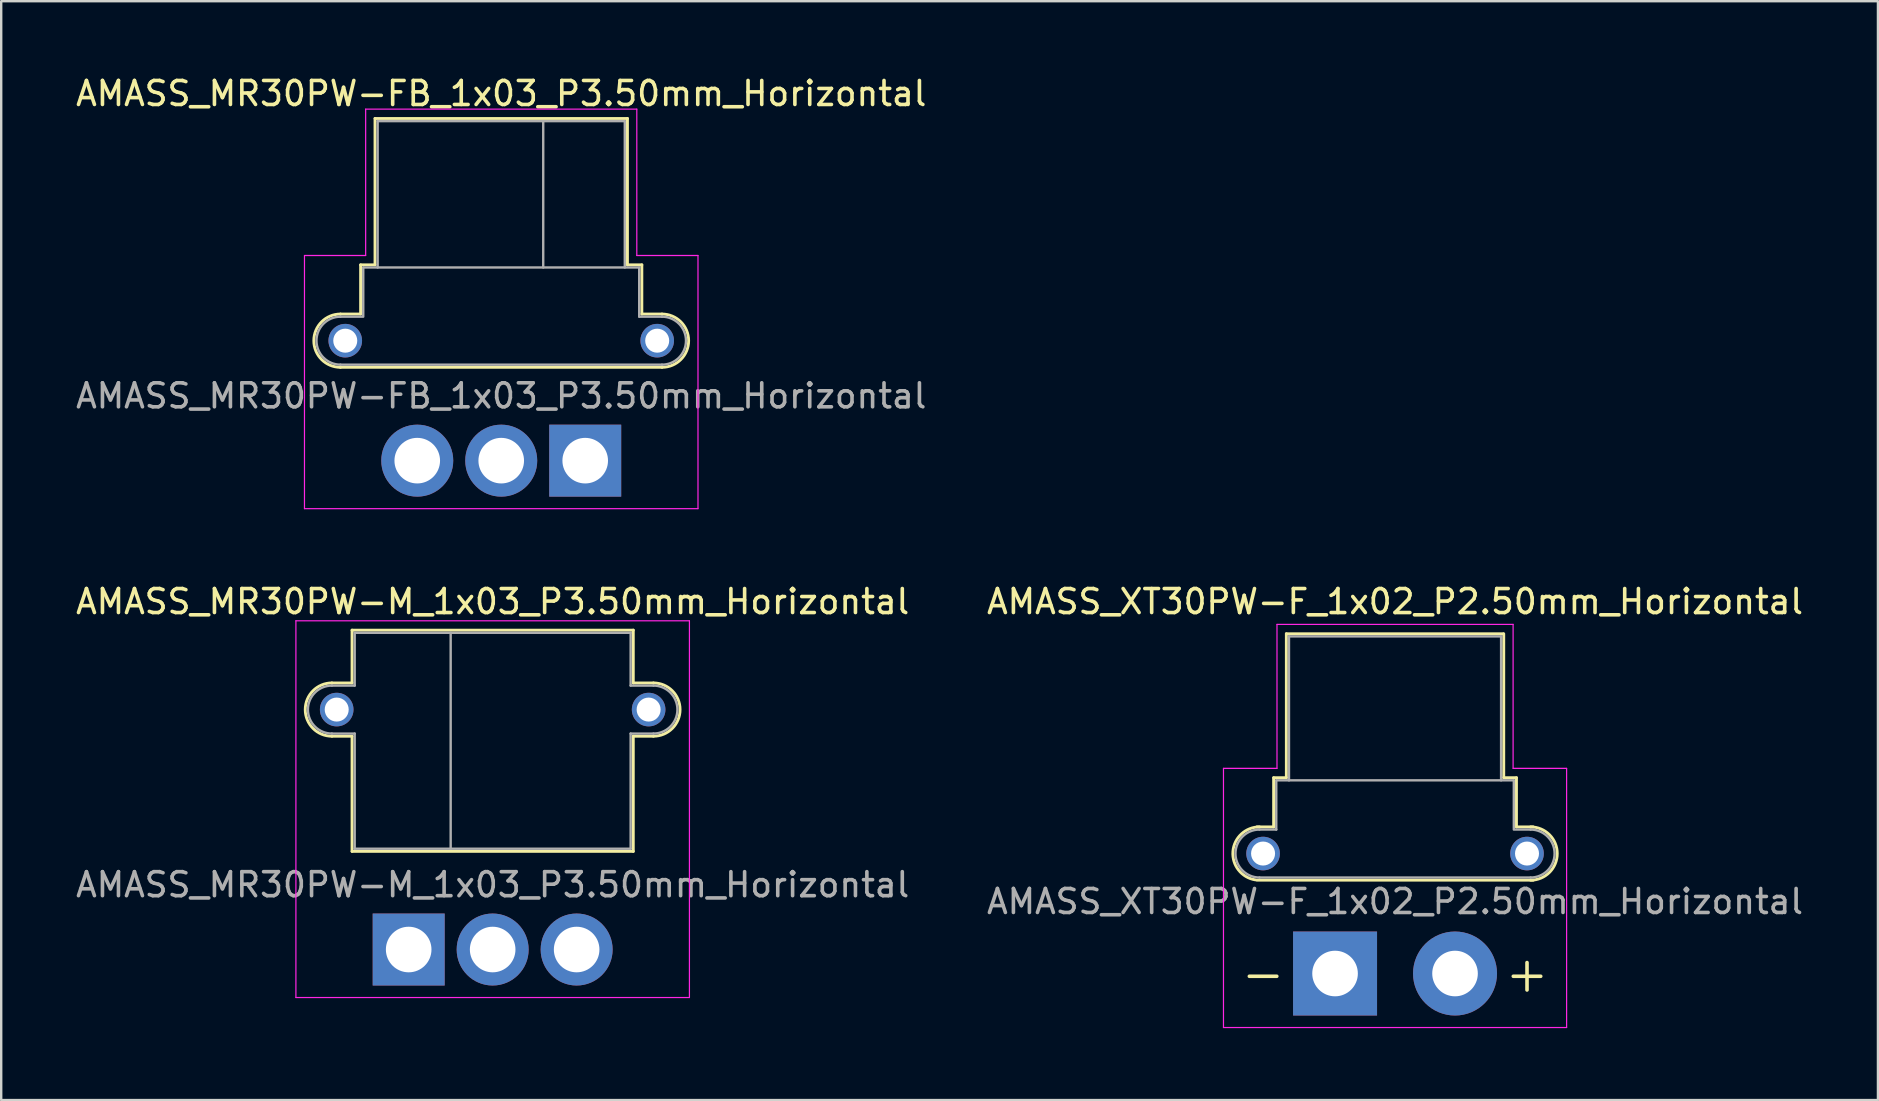
<source format=kicad_pcb>
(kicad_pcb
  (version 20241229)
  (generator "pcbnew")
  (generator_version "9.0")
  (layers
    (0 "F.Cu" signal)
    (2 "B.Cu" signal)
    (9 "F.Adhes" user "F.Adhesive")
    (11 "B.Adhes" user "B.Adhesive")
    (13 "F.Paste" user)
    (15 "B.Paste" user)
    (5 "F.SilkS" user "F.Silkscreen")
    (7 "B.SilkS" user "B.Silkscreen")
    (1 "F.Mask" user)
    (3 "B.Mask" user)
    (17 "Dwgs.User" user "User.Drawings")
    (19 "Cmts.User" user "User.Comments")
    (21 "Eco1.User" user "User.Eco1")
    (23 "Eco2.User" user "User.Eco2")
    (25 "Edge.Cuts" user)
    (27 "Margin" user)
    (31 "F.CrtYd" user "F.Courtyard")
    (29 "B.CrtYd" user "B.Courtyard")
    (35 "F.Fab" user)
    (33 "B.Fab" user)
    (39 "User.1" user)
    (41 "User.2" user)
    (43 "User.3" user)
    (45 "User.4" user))
  (footprint "AMASS_XT30PW-F_1x02_P2.50mm_Horizontal"
    (layer "F.Cu")
    (at 52.589 37.522)
    (property "Reference" "AMASS_XT30PW-F_1x02_P2.50mm_Horizontal" (at 2.5 -15.5 0) (layer "F.SilkS") (effects (font (size 1 1) (thickness 0.15))))
    (attr through_hole)
    (fp_line (start -3.26 -6.11) (end -2.56 -6.11) (stroke (width 0.12) (type solid)) (layer "F.SilkS"))
    (fp_line (start -3.26 -3.89) (end 8.26 -3.89) (stroke (width 0.12) (type solid)) (layer "F.SilkS"))
    (fp_line (start -2.56 -8.16) (end -2.56 -6.11) (stroke (width 0.12) (type solid)) (layer "F.SilkS"))
    (fp_line (start -2.56 -8.16) (end -2.03 -8.16) (stroke (width 0.12) (type solid)) (layer "F.SilkS"))
    (fp_line (start -2.03 -14.16) (end -2.03 -8.16) (stroke (width 0.12) (type solid)) (layer "F.SilkS"))
    (fp_line (start -2.03 -14.16) (end 7 -14.16) (stroke (width 0.12) (type solid)) (layer "F.SilkS"))
    (fp_line (start 7.03 -14.16) (end 7.03 -8.16) (stroke (width 0.12) (type solid)) (layer "F.SilkS"))
    (fp_line (start 7.03 -8.16) (end 7.56 -8.16) (stroke (width 0.12) (type solid)) (layer "F.SilkS"))
    (fp_line (start 7.56 -8.16) (end 7.56 -6.11) (stroke (width 0.12) (type solid)) (layer "F.SilkS"))
    (fp_line (start 7.56 -6.11) (end 8.26 -6.11) (stroke (width 0.12) (type solid)) (layer "F.SilkS"))
    (fp_arc (start -3.321729 -3.903365) (mid -4.256653 -5.086124) (end -3.15 -6.11) (stroke (width 0.12) (type solid)) (layer "F.SilkS"))
    (fp_arc (start 8.15 -6.11) (mid 9.26 -5) (end 8.15 -3.89) (stroke (width 0.12) (type solid)) (layer "F.SilkS"))
    (fp_line (start -4.65 -8.55) (end -4.65 2.25) (stroke (width 0.05) (type solid)) (layer "F.CrtYd"))
    (fp_line (start -4.65 -8.55) (end -2.42 -8.55) (stroke (width 0.05) (type solid)) (layer "F.CrtYd"))
    (fp_line (start -4.65 2.25) (end 9.65 2.25) (stroke (width 0.05) (type solid)) (layer "F.CrtYd"))
    (fp_line (start -2.42 -14.55) (end -2.42 -8.55) (stroke (width 0.05) (type solid)) (layer "F.CrtYd"))
    (fp_line (start -2.42 -14.55) (end 7.42 -14.55) (stroke (width 0.05) (type solid)) (layer "F.CrtYd"))
    (fp_line (start 7.42 -14.55) (end 7.42 -8.55) (stroke (width 0.05) (type solid)) (layer "F.CrtYd"))
    (fp_line (start 7.42 -8.55) (end 9.65 -8.55) (stroke (width 0.05) (type solid)) (layer "F.CrtYd"))
    (fp_line (start 9.65 -8.55) (end 9.65 2.25) (stroke (width 0.05) (type solid)) (layer "F.CrtYd"))
    (fp_line (start -3.15 -6) (end -2.45 -6) (stroke (width 0.1) (type solid)) (layer "F.Fab"))
    (fp_line (start -3.15 -4) (end 8.15 -4) (stroke (width 0.1) (type solid)) (layer "F.Fab"))
    (fp_line (start -2.45 -8.05) (end -2.45 -6) (stroke (width 0.1) (type solid)) (layer "F.Fab"))
    (fp_line (start -2.45 -8.05) (end 7.45 -8.05) (stroke (width 0.1) (type solid)) (layer "F.Fab"))
    (fp_line (start -1.92 -14.05) (end -1.92 -8.05) (stroke (width 0.1) (type solid)) (layer "F.Fab"))
    (fp_line (start -1.92 -14.05) (end 6.92 -14.05) (stroke (width 0.1) (type solid)) (layer "F.Fab"))
    (fp_line (start 6.92 -14.05) (end 6.92 -8.05) (stroke (width 0.1) (type solid)) (layer "F.Fab"))
    (fp_line (start 7.45 -8.05) (end 7.45 -6.05) (stroke (width 0.1) (type solid)) (layer "F.Fab"))
    (fp_line (start 7.45 -6) (end 8.15 -6) (stroke (width 0.1) (type solid)) (layer "F.Fab"))
    (fp_arc (start -3.15 -4) (mid -4.15 -5) (end -3.15 -6) (stroke (width 0.1) (type solid)) (layer "F.Fab"))
    (fp_arc (start 8.15 -6) (mid 9.15 -5) (end 8.15 -4) (stroke (width 0.1) (type solid)) (layer "F.Fab"))
    (fp_text user "-" (at -3 0 0) (layer "F.SilkS") (effects (font (size 1.5 1.5) (thickness 0.15))))
    (fp_text user "+" (at 8 0 0) (layer "F.SilkS") (effects (font (size 1.5 1.5) (thickness 0.15))))
    (fp_text user "${REFERENCE}" (at 2.5 -3 0) (layer "F.Fab") (effects (font (size 1 1) (thickness 0.15))))
    (pad "" thru_hole circle (at -3 -5 90) (size 1.4 1.4) (drill 1) (layers "*.Cu" "*.Mask"))
    (pad "" thru_hole circle (at 8 -5) (size 1.4 1.4) (drill 1) (layers "*.Cu" "*.Mask"))
    (pad "1" thru_hole rect (at 0 0) (size 3.5 3.5) (drill 1.9) (layers "*.Cu" "*.Mask"))
    (pad "2" thru_hole circle (at 5 0) (size 3.5 3.5) (drill 1.9) (layers "*.Cu" "*.Mask")))
  (footprint "AMASS_MR30PW-FB_1x03_P3.50mm_Horizontal"
    (layer "F.Cu")
    (at 21.339 16.148)
    (property "Reference" "AMASS_MR30PW-FB_1x03_P3.50mm_Horizontal" (at -3.5 -15.3 0) (layer "F.SilkS") (effects (font (size 1 1) (thickness 0.15))))
    (attr through_hole)
    (fp_line (start -10.2 -6.11) (end -9.36 -6.11) (stroke (width 0.12) (type solid)) (layer "F.SilkS"))
    (fp_line (start -10.2 -3.89) (end 3.2 -3.89) (stroke (width 0.12) (type solid)) (layer "F.SilkS"))
    (fp_line (start -9.36 -8.16) (end -9.36 -6.11) (stroke (width 0.12) (type solid)) (layer "F.SilkS"))
    (fp_line (start -9.36 -8.16) (end -8.76 -8.16) (stroke (width 0.12) (type solid)) (layer "F.SilkS"))
    (fp_line (start -8.76 -14.26) (end -8.76 -8.16) (stroke (width 0.12) (type solid)) (layer "F.SilkS"))
    (fp_line (start -8.76 -14.26) (end 1.76 -14.26) (stroke (width 0.12) (type solid)) (layer "F.SilkS"))
    (fp_line (start 1.76 -14.26) (end 1.76 -8.16) (stroke (width 0.12) (type solid)) (layer "F.SilkS"))
    (fp_line (start 1.76 -8.16) (end 2.36 -8.16) (stroke (width 0.12) (type solid)) (layer "F.SilkS"))
    (fp_line (start 2.36 -8.16) (end 2.36 -6.11) (stroke (width 0.12) (type solid)) (layer "F.SilkS"))
    (fp_line (start 2.36 -6.11) (end 3.2 -6.11) (stroke (width 0.12) (type solid)) (layer "F.SilkS"))
    (fp_arc (start -10.2 -3.89) (mid -11.31 -5) (end -10.2 -6.11) (stroke (width 0.12) (type solid)) (layer "F.SilkS"))
    (fp_arc (start 3.2 -6.11) (mid 4.31 -5) (end 3.2 -3.89) (stroke (width 0.12) (type solid)) (layer "F.SilkS"))
    (fp_line (start -11.7 -8.55) (end -11.7 2) (stroke (width 0.05) (type solid)) (layer "F.CrtYd"))
    (fp_line (start -11.7 2) (end 4.7 2) (stroke (width 0.05) (type solid)) (layer "F.CrtYd"))
    (fp_line (start -9.15 -14.65) (end -9.15 -8.55) (stroke (width 0.05) (type solid)) (layer "F.CrtYd"))
    (fp_line (start -9.15 -14.65) (end 2.15 -14.65) (stroke (width 0.05) (type solid)) (layer "F.CrtYd"))
    (fp_line (start -9.15 -8.55) (end -11.7 -8.55) (stroke (width 0.05) (type solid)) (layer "F.CrtYd"))
    (fp_line (start 2.15 -14.65) (end 2.15 -8.55) (stroke (width 0.05) (type solid)) (layer "F.CrtYd"))
    (fp_line (start 4.7 -8.55) (end 2.15 -8.55) (stroke (width 0.05) (type solid)) (layer "F.CrtYd"))
    (fp_line (start 4.7 -8.55) (end 4.7 2) (stroke (width 0.05) (type solid)) (layer "F.CrtYd"))
    (fp_line (start -10.2 -6) (end -9.25 -6) (stroke (width 0.1) (type solid)) (layer "F.Fab"))
    (fp_line (start -10.2 -4) (end 3.2 -4) (stroke (width 0.1) (type solid)) (layer "F.Fab"))
    (fp_line (start -9.25 -8.05) (end -9.25 -6.05) (stroke (width 0.1) (type solid)) (layer "F.Fab"))
    (fp_line (start -9.25 -8.05) (end 2.25 -8.05) (stroke (width 0.1) (type solid)) (layer "F.Fab"))
    (fp_line (start -8.65 -14.15) (end -8.65 -8.05) (stroke (width 0.1) (type solid)) (layer "F.Fab"))
    (fp_line (start -8.65 -14.15) (end 1.65 -14.15) (stroke (width 0.1) (type solid)) (layer "F.Fab"))
    (fp_line (start -1.75 -14.15) (end -1.75 -8.05) (stroke (width 0.1) (type solid)) (layer "F.Fab"))
    (fp_line (start 1.65 -14.15) (end 1.65 -8.05) (stroke (width 0.1) (type solid)) (layer "F.Fab"))
    (fp_line (start 2.25 -8.05) (end 2.25 -6) (stroke (width 0.1) (type solid)) (layer "F.Fab"))
    (fp_line (start 2.255 -6) (end 3.2 -6) (stroke (width 0.1) (type solid)) (layer "F.Fab"))
    (fp_arc (start -10.2 -4) (mid -11.2 -5) (end -10.2 -6) (stroke (width 0.1) (type solid)) (layer "F.Fab"))
    (fp_arc (start 3.2 -6) (mid 4.2 -5) (end 3.2 -4) (stroke (width 0.1) (type solid)) (layer "F.Fab"))
    (fp_text user "${REFERENCE}" (at -3.5 -2.7 0) (layer "F.Fab") (effects (font (size 1 1) (thickness 0.15))))
    (pad "" thru_hole circle (at -10 -5) (size 1.4 1.4) (drill 1) (layers "*.Cu" "*.Mask"))
    (pad "" thru_hole circle (at 3 -5 90) (size 1.4 1.4) (drill 1) (layers "*.Cu" "*.Mask"))
    (pad "1" thru_hole rect (at 0 0) (size 3 3) (drill 1.9) (layers "*.Cu" "*.Mask"))
    (pad "2" thru_hole circle (at -3.5 0) (size 3 3) (drill 1.9) (layers "*.Cu" "*.Mask"))
    (pad "3" thru_hole circle (at -7 0) (size 3 3) (drill 1.9) (layers "*.Cu" "*.Mask")))
  (footprint "AMASS_MR30PW-M_1x03_P3.50mm_Horizontal"
    (layer "F.Cu")
    (at 13.982 36.522)
    (property "Reference" "AMASS_MR30PW-M_1x03_P3.50mm_Horizontal" (at 3.5 -14.5 0) (layer "F.SilkS") (effects (font (size 1 1) (thickness 0.15))))
    (attr through_hole)
    (fp_line (start -3.2 -11.11) (end -2.36 -11.11) (stroke (width 0.12) (type solid)) (layer "F.SilkS"))
    (fp_line (start -3.2 -8.89) (end -2.36 -8.89) (stroke (width 0.12) (type solid)) (layer "F.SilkS"))
    (fp_line (start -2.36 -13.31) (end -2.36 -11.11) (stroke (width 0.12) (type solid)) (layer "F.SilkS"))
    (fp_line (start -2.36 -13.31) (end 9.36 -13.31) (stroke (width 0.12) (type solid)) (layer "F.SilkS"))
    (fp_line (start -2.36 -8.89) (end -2.36 -4.09) (stroke (width 0.12) (type solid)) (layer "F.SilkS"))
    (fp_line (start -2.36 -4.09) (end 9.36 -4.09) (stroke (width 0.12) (type solid)) (layer "F.SilkS"))
    (fp_line (start 9.36 -13.31) (end 9.36 -11.11) (stroke (width 0.12) (type solid)) (layer "F.SilkS"))
    (fp_line (start 9.36 -11.11) (end 10.2 -11.11) (stroke (width 0.12) (type solid)) (layer "F.SilkS"))
    (fp_line (start 9.36 -8.89) (end 9.36 -4.09) (stroke (width 0.12) (type solid)) (layer "F.SilkS"))
    (fp_line (start 9.36 -8.89) (end 10.2 -8.89) (stroke (width 0.12) (type solid)) (layer "F.SilkS"))
    (fp_arc (start -3.2 -8.89) (mid -4.31 -10) (end -3.2 -11.11) (stroke (width 0.12) (type solid)) (layer "F.SilkS"))
    (fp_arc (start 10.2 -11.11) (mid 11.31 -10) (end 10.2 -8.89) (stroke (width 0.12) (type solid)) (layer "F.SilkS"))
    (fp_line (start -4.7 -13.7) (end -4.7 2) (stroke (width 0.05) (type solid)) (layer "F.CrtYd"))
    (fp_line (start -4.7 -13.7) (end 11.7 -13.7) (stroke (width 0.05) (type solid)) (layer "F.CrtYd"))
    (fp_line (start -4.7 2) (end 11.7 2) (stroke (width 0.05) (type solid)) (layer "F.CrtYd"))
    (fp_line (start 11.7 -13.7) (end 11.7 2) (stroke (width 0.05) (type solid)) (layer "F.CrtYd"))
    (fp_line (start -3.2 -11) (end -2.25 -11) (stroke (width 0.1) (type solid)) (layer "F.Fab"))
    (fp_line (start -3.2 -9) (end -2.25 -9) (stroke (width 0.1) (type solid)) (layer "F.Fab"))
    (fp_line (start -2.25 -13.2) (end -2.25 -11) (stroke (width 0.1) (type solid)) (layer "F.Fab"))
    (fp_line (start -2.25 -13.2) (end 9.25 -13.2) (stroke (width 0.1) (type solid)) (layer "F.Fab"))
    (fp_line (start -2.25 -9) (end -2.25 -4.2) (stroke (width 0.1) (type solid)) (layer "F.Fab"))
    (fp_line (start -2.25 -4.2) (end 9.25 -4.2) (stroke (width 0.1) (type solid)) (layer "F.Fab"))
    (fp_line (start 1.75 -13.2) (end 1.75 -4.2) (stroke (width 0.1) (type solid)) (layer "F.Fab"))
    (fp_line (start 9.25 -13.2) (end 9.25 -11) (stroke (width 0.1) (type solid)) (layer "F.Fab"))
    (fp_line (start 9.25 -11) (end 10.2 -11) (stroke (width 0.1) (type solid)) (layer "F.Fab"))
    (fp_line (start 9.25 -9) (end 9.25 -4.2) (stroke (width 0.1) (type solid)) (layer "F.Fab"))
    (fp_line (start 9.25 -9) (end 10.2 -9) (stroke (width 0.1) (type solid)) (layer "F.Fab"))
    (fp_arc (start -3.2 -9) (mid -4.2 -10) (end -3.2 -11) (stroke (width 0.1) (type solid)) (layer "F.Fab"))
    (fp_arc (start 10.2 -11) (mid 11.2 -10) (end 10.2 -9) (stroke (width 0.1) (type solid)) (layer "F.Fab"))
    (fp_text user "${REFERENCE}" (at 3.5 -2.7 0) (layer "F.Fab") (effects (font (size 1 1) (thickness 0.15))))
    (pad "" thru_hole circle (at -3 -10) (size 1.4 1.4) (drill 1) (layers "*.Cu" "*.Mask"))
    (pad "" thru_hole circle (at 10 -10) (size 1.4 1.4) (drill 1) (layers "*.Cu" "*.Mask"))
    (pad "1" thru_hole rect (at 0 0) (size 3 3) (drill 1.9) (layers "*.Cu" "*.Mask"))
    (pad "2" thru_hole circle (at 3.5 0) (size 3 3) (drill 1.9) (layers "*.Cu" "*.Mask"))
    (pad "3" thru_hole circle (at 7 0) (size 3 3) (drill 1.9) (layers "*.Cu" "*.Mask")))
  (gr_rect
    (start -3 -3)
    (end 75.214 42.797)
    (stroke (width 0.1) (type default))
    (fill no)
    (layer "Edge.Cuts")))
</source>
